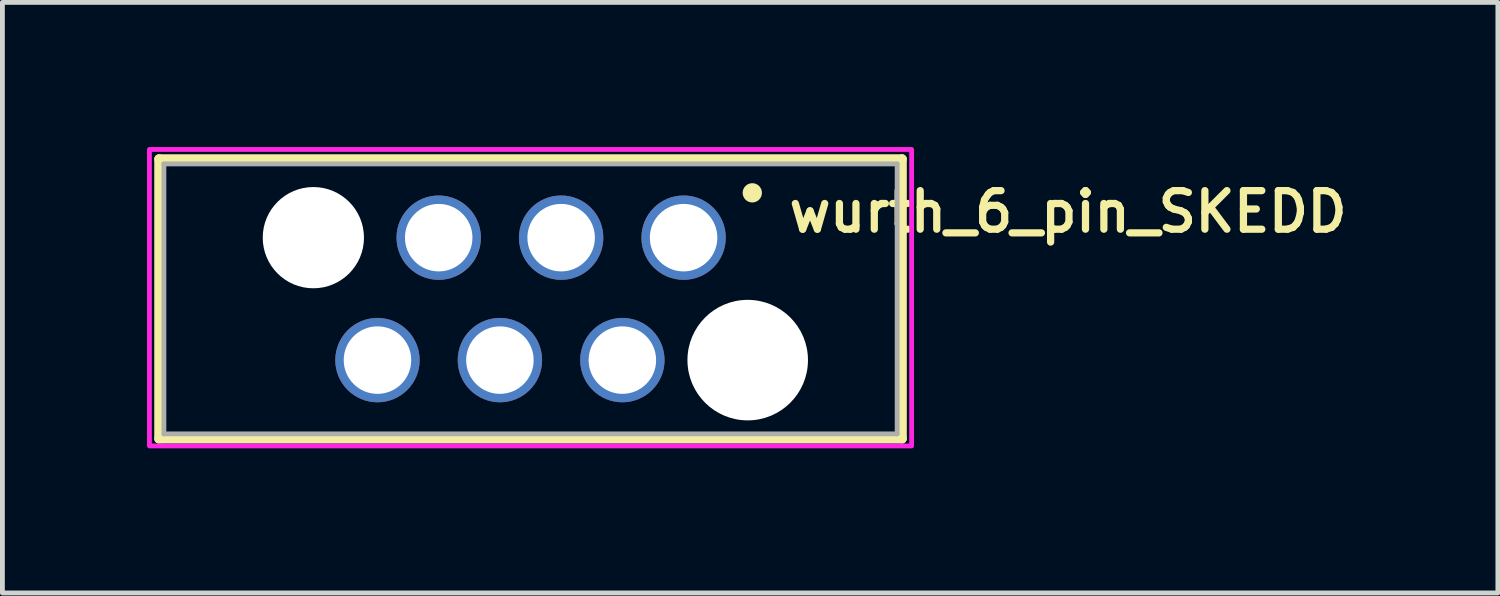
<source format=kicad_pcb>
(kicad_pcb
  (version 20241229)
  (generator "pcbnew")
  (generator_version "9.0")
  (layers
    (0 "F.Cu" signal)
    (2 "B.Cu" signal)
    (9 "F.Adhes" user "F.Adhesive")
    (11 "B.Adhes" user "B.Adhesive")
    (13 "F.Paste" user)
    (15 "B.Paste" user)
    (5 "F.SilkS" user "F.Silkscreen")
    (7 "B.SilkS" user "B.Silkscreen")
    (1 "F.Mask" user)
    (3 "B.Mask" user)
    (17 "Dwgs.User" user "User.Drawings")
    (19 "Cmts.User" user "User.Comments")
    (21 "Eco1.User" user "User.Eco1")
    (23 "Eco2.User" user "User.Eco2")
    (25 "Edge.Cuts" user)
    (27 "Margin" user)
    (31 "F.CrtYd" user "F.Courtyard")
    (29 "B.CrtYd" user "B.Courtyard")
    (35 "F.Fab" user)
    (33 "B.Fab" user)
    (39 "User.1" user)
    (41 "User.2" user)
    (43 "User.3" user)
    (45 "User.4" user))
  (footprint "wurth_6_pin_SKEDD"
    (layer "F.Cu")
    (at 7.955 3.15)
    (property "Reference" "wurth_6_pin_SKEDD" (at 11.15 -1.808 0) (layer "F.SilkS") (effects (font (size 0.8 0.8) (thickness 0.15))))
    (attr through_hole)
    (fp_line (start -7.705 -2.9) (end 7.705 -2.9) (stroke (width 0.2) (type solid)) (layer "F.SilkS"))
    (fp_line (start -7.705 2.9) (end -7.705 -2.9) (stroke (width 0.2) (type solid)) (layer "F.SilkS"))
    (fp_line (start 7.705 -2.9) (end 7.705 2.9) (stroke (width 0.2) (type solid)) (layer "F.SilkS"))
    (fp_line (start 7.705 2.9) (end -7.705 2.9) (stroke (width 0.2) (type solid)) (layer "F.SilkS"))
    (fp_circle (center 4.6 -2.2) (end 4.7 -2.2) (stroke (width 0.2) (type solid)) (fill no) (layer "F.SilkS"))
    (fp_poly (pts (xy -7.905 -3.1) (xy 7.905 -3.1) (xy 7.905 3.05) (xy -7.905 3.05)) (stroke (width 0.1) (type solid)) (fill no) (layer "F.CrtYd"))
    (fp_line (start -7.605 -2.8) (end 7.605 -2.8) (stroke (width 0.1) (type solid)) (layer "F.Fab"))
    (fp_line (start -7.605 2.8) (end -7.605 -2.8) (stroke (width 0.1) (type solid)) (layer "F.Fab"))
    (fp_line (start 7.605 -2.8) (end 7.605 2.8) (stroke (width 0.1) (type solid)) (layer "F.Fab"))
    (fp_line (start 7.605 2.8) (end -7.605 2.8) (stroke (width 0.1) (type solid)) (layer "F.Fab"))
    (pad "" np_thru_hole circle (at -4.505 -1.27) (size 2.1 2.1) (drill 2.1) (layers "*.Cu" "*.Mask"))
    (pad "" np_thru_hole circle (at 4.505 1.27) (size 2.5 2.5) (drill 2.5) (layers "*.Cu" "*.Mask"))
    (pad "1" thru_hole circle (at 3.175 -1.27) (size 1.75 1.75) (drill 1.4) (layers "*.Cu" "*.Mask"))
    (pad "2" thru_hole circle (at 1.905 1.27) (size 1.75 1.75) (drill 1.4) (layers "*.Cu" "*.Mask"))
    (pad "3" thru_hole circle (at 0.635 -1.27) (size 1.75 1.75) (drill 1.4) (layers "*.Cu" "*.Mask"))
    (pad "4" thru_hole circle (at -0.635 1.27) (size 1.75 1.75) (drill 1.4) (layers "*.Cu" "*.Mask"))
    (pad "5" thru_hole circle (at -1.905 -1.27) (size 1.75 1.75) (drill 1.4) (layers "*.Cu" "*.Mask"))
    (pad "6" thru_hole circle (at -3.175 1.27) (size 1.75 1.75) (drill 1.4) (layers "*.Cu" "*.Mask")))
  (gr_rect
    (start -3 -3)
    (end 28.021 9.25)
    (stroke (width 0.1) (type default))
    (fill no)
    (layer "Edge.Cuts")))
</source>
